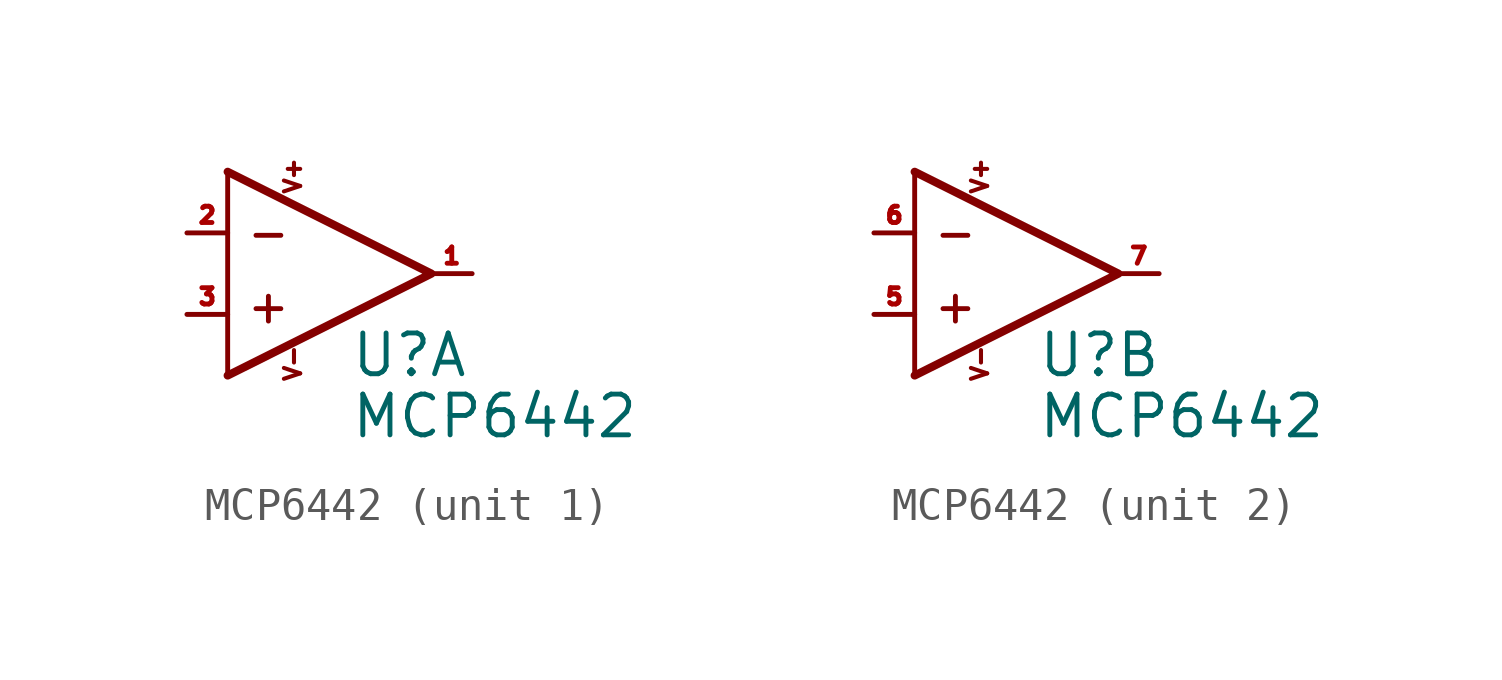
<source format=kicad_sym>
(kicad_symbol_lib
  (version 20231120)
  (generator "kicad_symbol_editor")
  (generator_version "8.0")
  (symbol "MCP6442"
    (pin_names
      (offset 1.016))
    (property "Reference" "U"
      (at -5.08 -3.81 0)
      (effects (font (size 1.27 1.27)) (justify left)))
    (property "Value" "MCP6442"
      (at -5.08 -5.715 0)
      (effects (font (size 1.27 1.27)) (justify left)))
    (property "Datasheet" ""
      (at -2.54 -1.27 0)
      (effects (font (size 1.524 1.524))))
    (symbol "MCP6442_0_0"
      (text "+" (at -7.62 -2.286 0) (effects (font (size 1.016 1.016))))
      (text "-" (at -7.62 0 0) (effects (font (size 1.016 1.016))))
      (text "V+" (at -6.858 1.778 900) (effects (font (size 0.508 0.508))))
      (text "V-" (at -6.858 -4.064 900) (effects (font (size 0.508 0.508))))
      (pin power_in line (at -6.35 -3.175 90) (length 0) hide (name "V-" (effects (font (size 0.254 0.254)))) (number "4" (effects (font (size 0.254 0.254)))))
      (pin power_in line (at -6.35 0.635 270) (length 0) hide (name "V+" (effects (font (size 0.254 0.254)))) (number "8" (effects (font (size 0.254 0.254))))))
    (symbol "MCP6442_0_1"
      (polyline (pts (xy -8.89 1.905) (xy -8.89 -4.445)) (stroke (width 0) (type default)) (fill (type none)))
      (polyline (pts (xy -8.89 1.905) (xy -2.54 -1.27) (xy -8.89 -4.445)) (stroke (width 0.254) (type default)) (fill (type none))))
    (symbol "MCP6442_1_1"
      (pin passive line (at -1.27 -1.27 180) (length 1.27) (name "~" (effects (font (size 1.016 1.016)))) (number "1" (effects (font (size 0.508 0.508)))))
      (pin passive line (at -10.16 0 0) (length 1.27) (name "~" (effects (font (size 1.905 1.905)))) (number "2" (effects (font (size 0.508 0.508)))))
      (pin passive line (at -10.16 -2.54 0) (length 1.27) (name "~" (effects (font (size 1.905 1.905)))) (number "3" (effects (font (size 0.508 0.508))))))
    (symbol "MCP6442_2_1"
      (pin passive line (at -10.16 -2.54 0) (length 1.27) (name "~" (effects (font (size 1.905 1.905)))) (number "5" (effects (font (size 0.508 0.508)))))
      (pin passive line (at -10.16 0 0) (length 1.27) (name "~" (effects (font (size 1.905 1.905)))) (number "6" (effects (font (size 0.508 0.508)))))
      (pin passive line (at -1.27 -1.27 180) (length 1.27) (name "~" (effects (font (size 1.016 1.016)))) (number "7" (effects (font (size 0.508 0.508))))))))
</source>
